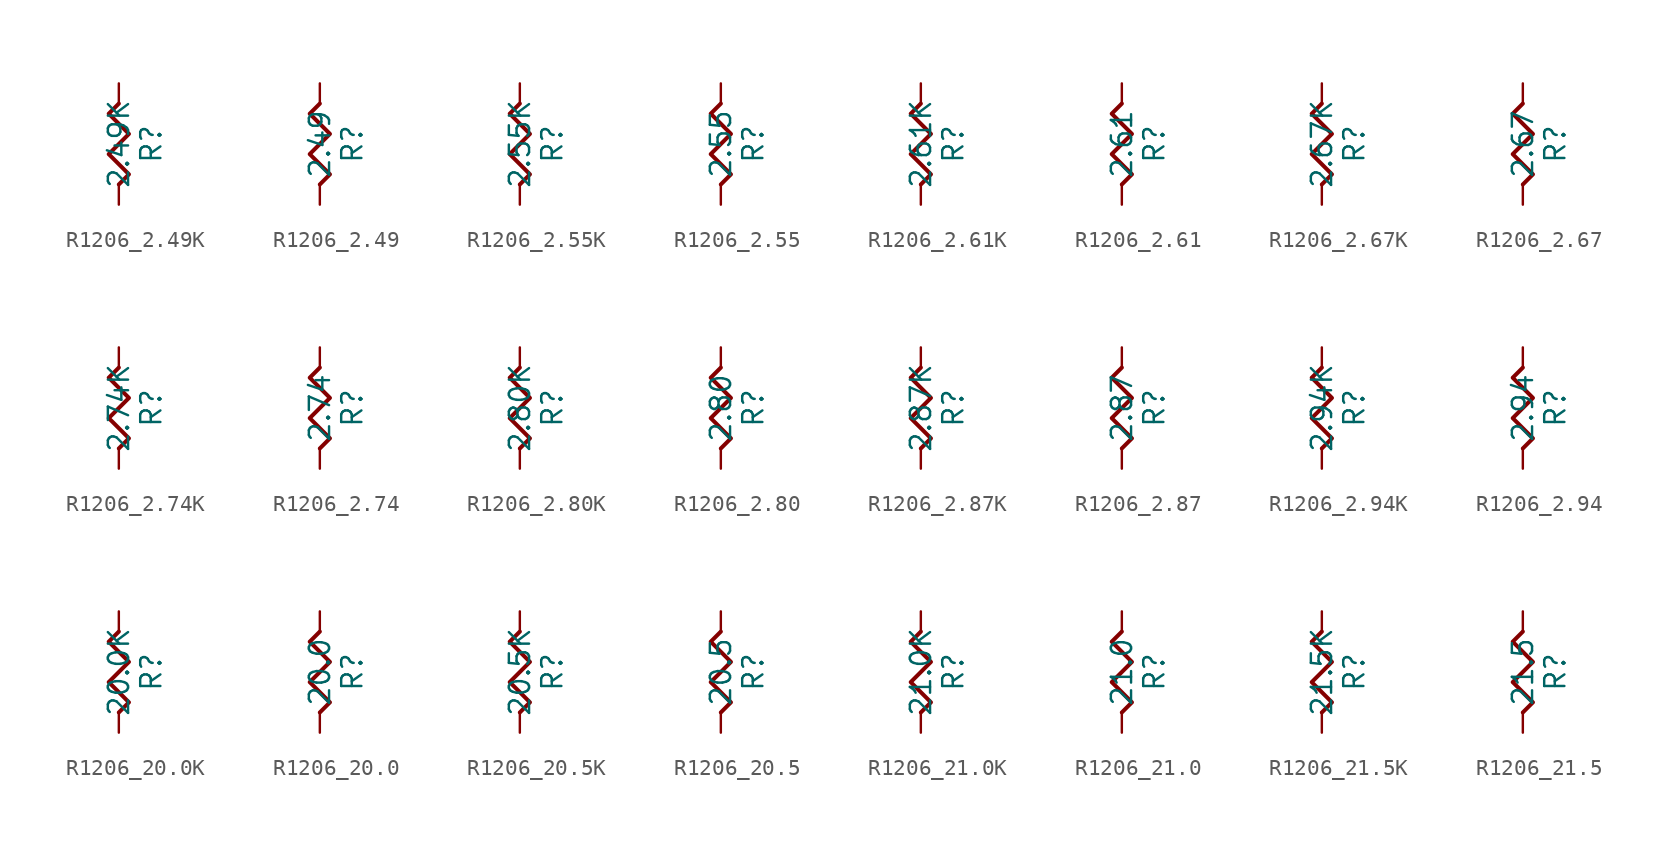
<source format=kicad_sym>
(kicad_symbol_lib
  (version 20211014)
  (generator atlantix-eda)
  (symbol "R1206_2.49K"
    (pin_numbers hide)
    (pin_names
      (offset 0))
    (property "Reference" "R"
      (at 2.032 0 90)
      (effects (font (size 1.27 1.27))))
    (property "Value" "2.49K"
      (at 0 0 90)
      (effects (font (size 1.27 1.27))))
    (symbol "R1206_2.49K_0_1"
      (polyline (pts (xy 0 -2.54) (xy 0.635 -1.905) (xy -0.635 -0.635) (xy 0.635 0.635) (xy -0.635 1.905) (xy 0 2.54)) (stroke (width 0.254) (type default) (color 0 0 0 0)) (fill (type none))))
    (symbol "R1206_2.49K_1_1"
      (pin passive line (at 0 3.81 270) (length 1.27) (name "~" (effects (font (size 1.27 1.27)))) (number "1" (effects (font (size 1.27 1.27)))))
      (pin passive line (at 0 -3.81 90) (length 1.27) (name "~" (effects (font (size 1.27 1.27)))) (number "2" (effects (font (size 1.27 1.27)))))))
  (symbol "R1206_2.49"
    (pin_numbers hide)
    (pin_names
      (offset 0))
    (property "Reference" "R"
      (at 2.032 0 90)
      (effects (font (size 1.27 1.27))))
    (property "Value" "2.49"
      (at 0 0 90)
      (effects (font (size 1.27 1.27))))
    (symbol "R1206_2.49_0_1"
      (polyline (pts (xy 0 -2.54) (xy 0.635 -1.905) (xy -0.635 -0.635) (xy 0.635 0.635) (xy -0.635 1.905) (xy 0 2.54)) (stroke (width 0.254) (type default) (color 0 0 0 0)) (fill (type none))))
    (symbol "R1206_2.49_1_1"
      (pin passive line (at 0 3.81 270) (length 1.27) (name "~" (effects (font (size 1.27 1.27)))) (number "1" (effects (font (size 1.27 1.27)))))
      (pin passive line (at 0 -3.81 90) (length 1.27) (name "~" (effects (font (size 1.27 1.27)))) (number "2" (effects (font (size 1.27 1.27)))))))
  (symbol "R1206_2.55K"
    (pin_numbers hide)
    (pin_names
      (offset 0))
    (property "Reference" "R"
      (at 2.032 0 90)
      (effects (font (size 1.27 1.27))))
    (property "Value" "2.55K"
      (at 0 0 90)
      (effects (font (size 1.27 1.27))))
    (symbol "R1206_2.55K_0_1"
      (polyline (pts (xy 0 -2.54) (xy 0.635 -1.905) (xy -0.635 -0.635) (xy 0.635 0.635) (xy -0.635 1.905) (xy 0 2.54)) (stroke (width 0.254) (type default) (color 0 0 0 0)) (fill (type none))))
    (symbol "R1206_2.55K_1_1"
      (pin passive line (at 0 3.81 270) (length 1.27) (name "~" (effects (font (size 1.27 1.27)))) (number "1" (effects (font (size 1.27 1.27)))))
      (pin passive line (at 0 -3.81 90) (length 1.27) (name "~" (effects (font (size 1.27 1.27)))) (number "2" (effects (font (size 1.27 1.27)))))))
  (symbol "R1206_2.55"
    (pin_numbers hide)
    (pin_names
      (offset 0))
    (property "Reference" "R"
      (at 2.032 0 90)
      (effects (font (size 1.27 1.27))))
    (property "Value" "2.55"
      (at 0 0 90)
      (effects (font (size 1.27 1.27))))
    (symbol "R1206_2.55_0_1"
      (polyline (pts (xy 0 -2.54) (xy 0.635 -1.905) (xy -0.635 -0.635) (xy 0.635 0.635) (xy -0.635 1.905) (xy 0 2.54)) (stroke (width 0.254) (type default) (color 0 0 0 0)) (fill (type none))))
    (symbol "R1206_2.55_1_1"
      (pin passive line (at 0 3.81 270) (length 1.27) (name "~" (effects (font (size 1.27 1.27)))) (number "1" (effects (font (size 1.27 1.27)))))
      (pin passive line (at 0 -3.81 90) (length 1.27) (name "~" (effects (font (size 1.27 1.27)))) (number "2" (effects (font (size 1.27 1.27)))))))
  (symbol "R1206_2.61K"
    (pin_numbers hide)
    (pin_names
      (offset 0))
    (property "Reference" "R"
      (at 2.032 0 90)
      (effects (font (size 1.27 1.27))))
    (property "Value" "2.61K"
      (at 0 0 90)
      (effects (font (size 1.27 1.27))))
    (symbol "R1206_2.61K_0_1"
      (polyline (pts (xy 0 -2.54) (xy 0.635 -1.905) (xy -0.635 -0.635) (xy 0.635 0.635) (xy -0.635 1.905) (xy 0 2.54)) (stroke (width 0.254) (type default) (color 0 0 0 0)) (fill (type none))))
    (symbol "R1206_2.61K_1_1"
      (pin passive line (at 0 3.81 270) (length 1.27) (name "~" (effects (font (size 1.27 1.27)))) (number "1" (effects (font (size 1.27 1.27)))))
      (pin passive line (at 0 -3.81 90) (length 1.27) (name "~" (effects (font (size 1.27 1.27)))) (number "2" (effects (font (size 1.27 1.27)))))))
  (symbol "R1206_2.61"
    (pin_numbers hide)
    (pin_names
      (offset 0))
    (property "Reference" "R"
      (at 2.032 0 90)
      (effects (font (size 1.27 1.27))))
    (property "Value" "2.61"
      (at 0 0 90)
      (effects (font (size 1.27 1.27))))
    (symbol "R1206_2.61_0_1"
      (polyline (pts (xy 0 -2.54) (xy 0.635 -1.905) (xy -0.635 -0.635) (xy 0.635 0.635) (xy -0.635 1.905) (xy 0 2.54)) (stroke (width 0.254) (type default) (color 0 0 0 0)) (fill (type none))))
    (symbol "R1206_2.61_1_1"
      (pin passive line (at 0 3.81 270) (length 1.27) (name "~" (effects (font (size 1.27 1.27)))) (number "1" (effects (font (size 1.27 1.27)))))
      (pin passive line (at 0 -3.81 90) (length 1.27) (name "~" (effects (font (size 1.27 1.27)))) (number "2" (effects (font (size 1.27 1.27)))))))
  (symbol "R1206_2.67K"
    (pin_numbers hide)
    (pin_names
      (offset 0))
    (property "Reference" "R"
      (at 2.032 0 90)
      (effects (font (size 1.27 1.27))))
    (property "Value" "2.67K"
      (at 0 0 90)
      (effects (font (size 1.27 1.27))))
    (symbol "R1206_2.67K_0_1"
      (polyline (pts (xy 0 -2.54) (xy 0.635 -1.905) (xy -0.635 -0.635) (xy 0.635 0.635) (xy -0.635 1.905) (xy 0 2.54)) (stroke (width 0.254) (type default) (color 0 0 0 0)) (fill (type none))))
    (symbol "R1206_2.67K_1_1"
      (pin passive line (at 0 3.81 270) (length 1.27) (name "~" (effects (font (size 1.27 1.27)))) (number "1" (effects (font (size 1.27 1.27)))))
      (pin passive line (at 0 -3.81 90) (length 1.27) (name "~" (effects (font (size 1.27 1.27)))) (number "2" (effects (font (size 1.27 1.27)))))))
  (symbol "R1206_2.67"
    (pin_numbers hide)
    (pin_names
      (offset 0))
    (property "Reference" "R"
      (at 2.032 0 90)
      (effects (font (size 1.27 1.27))))
    (property "Value" "2.67"
      (at 0 0 90)
      (effects (font (size 1.27 1.27))))
    (symbol "R1206_2.67_0_1"
      (polyline (pts (xy 0 -2.54) (xy 0.635 -1.905) (xy -0.635 -0.635) (xy 0.635 0.635) (xy -0.635 1.905) (xy 0 2.54)) (stroke (width 0.254) (type default) (color 0 0 0 0)) (fill (type none))))
    (symbol "R1206_2.67_1_1"
      (pin passive line (at 0 3.81 270) (length 1.27) (name "~" (effects (font (size 1.27 1.27)))) (number "1" (effects (font (size 1.27 1.27)))))
      (pin passive line (at 0 -3.81 90) (length 1.27) (name "~" (effects (font (size 1.27 1.27)))) (number "2" (effects (font (size 1.27 1.27)))))))
  (symbol "R1206_2.74K"
    (pin_numbers hide)
    (pin_names
      (offset 0))
    (property "Reference" "R"
      (at 2.032 0 90)
      (effects (font (size 1.27 1.27))))
    (property "Value" "2.74K"
      (at 0 0 90)
      (effects (font (size 1.27 1.27))))
    (symbol "R1206_2.74K_0_1"
      (polyline (pts (xy 0 -2.54) (xy 0.635 -1.905) (xy -0.635 -0.635) (xy 0.635 0.635) (xy -0.635 1.905) (xy 0 2.54)) (stroke (width 0.254) (type default) (color 0 0 0 0)) (fill (type none))))
    (symbol "R1206_2.74K_1_1"
      (pin passive line (at 0 3.81 270) (length 1.27) (name "~" (effects (font (size 1.27 1.27)))) (number "1" (effects (font (size 1.27 1.27)))))
      (pin passive line (at 0 -3.81 90) (length 1.27) (name "~" (effects (font (size 1.27 1.27)))) (number "2" (effects (font (size 1.27 1.27)))))))
  (symbol "R1206_2.74"
    (pin_numbers hide)
    (pin_names
      (offset 0))
    (property "Reference" "R"
      (at 2.032 0 90)
      (effects (font (size 1.27 1.27))))
    (property "Value" "2.74"
      (at 0 0 90)
      (effects (font (size 1.27 1.27))))
    (symbol "R1206_2.74_0_1"
      (polyline (pts (xy 0 -2.54) (xy 0.635 -1.905) (xy -0.635 -0.635) (xy 0.635 0.635) (xy -0.635 1.905) (xy 0 2.54)) (stroke (width 0.254) (type default) (color 0 0 0 0)) (fill (type none))))
    (symbol "R1206_2.74_1_1"
      (pin passive line (at 0 3.81 270) (length 1.27) (name "~" (effects (font (size 1.27 1.27)))) (number "1" (effects (font (size 1.27 1.27)))))
      (pin passive line (at 0 -3.81 90) (length 1.27) (name "~" (effects (font (size 1.27 1.27)))) (number "2" (effects (font (size 1.27 1.27)))))))
  (symbol "R1206_2.80K"
    (pin_numbers hide)
    (pin_names
      (offset 0))
    (property "Reference" "R"
      (at 2.032 0 90)
      (effects (font (size 1.27 1.27))))
    (property "Value" "2.80K"
      (at 0 0 90)
      (effects (font (size 1.27 1.27))))
    (symbol "R1206_2.80K_0_1"
      (polyline (pts (xy 0 -2.54) (xy 0.635 -1.905) (xy -0.635 -0.635) (xy 0.635 0.635) (xy -0.635 1.905) (xy 0 2.54)) (stroke (width 0.254) (type default) (color 0 0 0 0)) (fill (type none))))
    (symbol "R1206_2.80K_1_1"
      (pin passive line (at 0 3.81 270) (length 1.27) (name "~" (effects (font (size 1.27 1.27)))) (number "1" (effects (font (size 1.27 1.27)))))
      (pin passive line (at 0 -3.81 90) (length 1.27) (name "~" (effects (font (size 1.27 1.27)))) (number "2" (effects (font (size 1.27 1.27)))))))
  (symbol "R1206_2.80"
    (pin_numbers hide)
    (pin_names
      (offset 0))
    (property "Reference" "R"
      (at 2.032 0 90)
      (effects (font (size 1.27 1.27))))
    (property "Value" "2.80"
      (at 0 0 90)
      (effects (font (size 1.27 1.27))))
    (symbol "R1206_2.80_0_1"
      (polyline (pts (xy 0 -2.54) (xy 0.635 -1.905) (xy -0.635 -0.635) (xy 0.635 0.635) (xy -0.635 1.905) (xy 0 2.54)) (stroke (width 0.254) (type default) (color 0 0 0 0)) (fill (type none))))
    (symbol "R1206_2.80_1_1"
      (pin passive line (at 0 3.81 270) (length 1.27) (name "~" (effects (font (size 1.27 1.27)))) (number "1" (effects (font (size 1.27 1.27)))))
      (pin passive line (at 0 -3.81 90) (length 1.27) (name "~" (effects (font (size 1.27 1.27)))) (number "2" (effects (font (size 1.27 1.27)))))))
  (symbol "R1206_2.87K"
    (pin_numbers hide)
    (pin_names
      (offset 0))
    (property "Reference" "R"
      (at 2.032 0 90)
      (effects (font (size 1.27 1.27))))
    (property "Value" "2.87K"
      (at 0 0 90)
      (effects (font (size 1.27 1.27))))
    (symbol "R1206_2.87K_0_1"
      (polyline (pts (xy 0 -2.54) (xy 0.635 -1.905) (xy -0.635 -0.635) (xy 0.635 0.635) (xy -0.635 1.905) (xy 0 2.54)) (stroke (width 0.254) (type default) (color 0 0 0 0)) (fill (type none))))
    (symbol "R1206_2.87K_1_1"
      (pin passive line (at 0 3.81 270) (length 1.27) (name "~" (effects (font (size 1.27 1.27)))) (number "1" (effects (font (size 1.27 1.27)))))
      (pin passive line (at 0 -3.81 90) (length 1.27) (name "~" (effects (font (size 1.27 1.27)))) (number "2" (effects (font (size 1.27 1.27)))))))
  (symbol "R1206_2.87"
    (pin_numbers hide)
    (pin_names
      (offset 0))
    (property "Reference" "R"
      (at 2.032 0 90)
      (effects (font (size 1.27 1.27))))
    (property "Value" "2.87"
      (at 0 0 90)
      (effects (font (size 1.27 1.27))))
    (symbol "R1206_2.87_0_1"
      (polyline (pts (xy 0 -2.54) (xy 0.635 -1.905) (xy -0.635 -0.635) (xy 0.635 0.635) (xy -0.635 1.905) (xy 0 2.54)) (stroke (width 0.254) (type default) (color 0 0 0 0)) (fill (type none))))
    (symbol "R1206_2.87_1_1"
      (pin passive line (at 0 3.81 270) (length 1.27) (name "~" (effects (font (size 1.27 1.27)))) (number "1" (effects (font (size 1.27 1.27)))))
      (pin passive line (at 0 -3.81 90) (length 1.27) (name "~" (effects (font (size 1.27 1.27)))) (number "2" (effects (font (size 1.27 1.27)))))))
  (symbol "R1206_2.94K"
    (pin_numbers hide)
    (pin_names
      (offset 0))
    (property "Reference" "R"
      (at 2.032 0 90)
      (effects (font (size 1.27 1.27))))
    (property "Value" "2.94K"
      (at 0 0 90)
      (effects (font (size 1.27 1.27))))
    (symbol "R1206_2.94K_0_1"
      (polyline (pts (xy 0 -2.54) (xy 0.635 -1.905) (xy -0.635 -0.635) (xy 0.635 0.635) (xy -0.635 1.905) (xy 0 2.54)) (stroke (width 0.254) (type default) (color 0 0 0 0)) (fill (type none))))
    (symbol "R1206_2.94K_1_1"
      (pin passive line (at 0 3.81 270) (length 1.27) (name "~" (effects (font (size 1.27 1.27)))) (number "1" (effects (font (size 1.27 1.27)))))
      (pin passive line (at 0 -3.81 90) (length 1.27) (name "~" (effects (font (size 1.27 1.27)))) (number "2" (effects (font (size 1.27 1.27)))))))
  (symbol "R1206_2.94"
    (pin_numbers hide)
    (pin_names
      (offset 0))
    (property "Reference" "R"
      (at 2.032 0 90)
      (effects (font (size 1.27 1.27))))
    (property "Value" "2.94"
      (at 0 0 90)
      (effects (font (size 1.27 1.27))))
    (symbol "R1206_2.94_0_1"
      (polyline (pts (xy 0 -2.54) (xy 0.635 -1.905) (xy -0.635 -0.635) (xy 0.635 0.635) (xy -0.635 1.905) (xy 0 2.54)) (stroke (width 0.254) (type default) (color 0 0 0 0)) (fill (type none))))
    (symbol "R1206_2.94_1_1"
      (pin passive line (at 0 3.81 270) (length 1.27) (name "~" (effects (font (size 1.27 1.27)))) (number "1" (effects (font (size 1.27 1.27)))))
      (pin passive line (at 0 -3.81 90) (length 1.27) (name "~" (effects (font (size 1.27 1.27)))) (number "2" (effects (font (size 1.27 1.27)))))))
  (symbol "R1206_20.0K"
    (pin_numbers hide)
    (pin_names
      (offset 0))
    (property "Reference" "R"
      (at 2.032 0 90)
      (effects (font (size 1.27 1.27))))
    (property "Value" "20.0K"
      (at 0 0 90)
      (effects (font (size 1.27 1.27))))
    (symbol "R1206_20.0K_0_1"
      (polyline (pts (xy 0 -2.54) (xy 0.635 -1.905) (xy -0.635 -0.635) (xy 0.635 0.635) (xy -0.635 1.905) (xy 0 2.54)) (stroke (width 0.254) (type default) (color 0 0 0 0)) (fill (type none))))
    (symbol "R1206_20.0K_1_1"
      (pin passive line (at 0 3.81 270) (length 1.27) (name "~" (effects (font (size 1.27 1.27)))) (number "1" (effects (font (size 1.27 1.27)))))
      (pin passive line (at 0 -3.81 90) (length 1.27) (name "~" (effects (font (size 1.27 1.27)))) (number "2" (effects (font (size 1.27 1.27)))))))
  (symbol "R1206_20.0"
    (pin_numbers hide)
    (pin_names
      (offset 0))
    (property "Reference" "R"
      (at 2.032 0 90)
      (effects (font (size 1.27 1.27))))
    (property "Value" "20.0"
      (at 0 0 90)
      (effects (font (size 1.27 1.27))))
    (symbol "R1206_20.0_0_1"
      (polyline (pts (xy 0 -2.54) (xy 0.635 -1.905) (xy -0.635 -0.635) (xy 0.635 0.635) (xy -0.635 1.905) (xy 0 2.54)) (stroke (width 0.254) (type default) (color 0 0 0 0)) (fill (type none))))
    (symbol "R1206_20.0_1_1"
      (pin passive line (at 0 3.81 270) (length 1.27) (name "~" (effects (font (size 1.27 1.27)))) (number "1" (effects (font (size 1.27 1.27)))))
      (pin passive line (at 0 -3.81 90) (length 1.27) (name "~" (effects (font (size 1.27 1.27)))) (number "2" (effects (font (size 1.27 1.27)))))))
  (symbol "R1206_20.5K"
    (pin_numbers hide)
    (pin_names
      (offset 0))
    (property "Reference" "R"
      (at 2.032 0 90)
      (effects (font (size 1.27 1.27))))
    (property "Value" "20.5K"
      (at 0 0 90)
      (effects (font (size 1.27 1.27))))
    (symbol "R1206_20.5K_0_1"
      (polyline (pts (xy 0 -2.54) (xy 0.635 -1.905) (xy -0.635 -0.635) (xy 0.635 0.635) (xy -0.635 1.905) (xy 0 2.54)) (stroke (width 0.254) (type default) (color 0 0 0 0)) (fill (type none))))
    (symbol "R1206_20.5K_1_1"
      (pin passive line (at 0 3.81 270) (length 1.27) (name "~" (effects (font (size 1.27 1.27)))) (number "1" (effects (font (size 1.27 1.27)))))
      (pin passive line (at 0 -3.81 90) (length 1.27) (name "~" (effects (font (size 1.27 1.27)))) (number "2" (effects (font (size 1.27 1.27)))))))
  (symbol "R1206_20.5"
    (pin_numbers hide)
    (pin_names
      (offset 0))
    (property "Reference" "R"
      (at 2.032 0 90)
      (effects (font (size 1.27 1.27))))
    (property "Value" "20.5"
      (at 0 0 90)
      (effects (font (size 1.27 1.27))))
    (symbol "R1206_20.5_0_1"
      (polyline (pts (xy 0 -2.54) (xy 0.635 -1.905) (xy -0.635 -0.635) (xy 0.635 0.635) (xy -0.635 1.905) (xy 0 2.54)) (stroke (width 0.254) (type default) (color 0 0 0 0)) (fill (type none))))
    (symbol "R1206_20.5_1_1"
      (pin passive line (at 0 3.81 270) (length 1.27) (name "~" (effects (font (size 1.27 1.27)))) (number "1" (effects (font (size 1.27 1.27)))))
      (pin passive line (at 0 -3.81 90) (length 1.27) (name "~" (effects (font (size 1.27 1.27)))) (number "2" (effects (font (size 1.27 1.27)))))))
  (symbol "R1206_21.0K"
    (pin_numbers hide)
    (pin_names
      (offset 0))
    (property "Reference" "R"
      (at 2.032 0 90)
      (effects (font (size 1.27 1.27))))
    (property "Value" "21.0K"
      (at 0 0 90)
      (effects (font (size 1.27 1.27))))
    (symbol "R1206_21.0K_0_1"
      (polyline (pts (xy 0 -2.54) (xy 0.635 -1.905) (xy -0.635 -0.635) (xy 0.635 0.635) (xy -0.635 1.905) (xy 0 2.54)) (stroke (width 0.254) (type default) (color 0 0 0 0)) (fill (type none))))
    (symbol "R1206_21.0K_1_1"
      (pin passive line (at 0 3.81 270) (length 1.27) (name "~" (effects (font (size 1.27 1.27)))) (number "1" (effects (font (size 1.27 1.27)))))
      (pin passive line (at 0 -3.81 90) (length 1.27) (name "~" (effects (font (size 1.27 1.27)))) (number "2" (effects (font (size 1.27 1.27)))))))
  (symbol "R1206_21.0"
    (pin_numbers hide)
    (pin_names
      (offset 0))
    (property "Reference" "R"
      (at 2.032 0 90)
      (effects (font (size 1.27 1.27))))
    (property "Value" "21.0"
      (at 0 0 90)
      (effects (font (size 1.27 1.27))))
    (symbol "R1206_21.0_0_1"
      (polyline (pts (xy 0 -2.54) (xy 0.635 -1.905) (xy -0.635 -0.635) (xy 0.635 0.635) (xy -0.635 1.905) (xy 0 2.54)) (stroke (width 0.254) (type default) (color 0 0 0 0)) (fill (type none))))
    (symbol "R1206_21.0_1_1"
      (pin passive line (at 0 3.81 270) (length 1.27) (name "~" (effects (font (size 1.27 1.27)))) (number "1" (effects (font (size 1.27 1.27)))))
      (pin passive line (at 0 -3.81 90) (length 1.27) (name "~" (effects (font (size 1.27 1.27)))) (number "2" (effects (font (size 1.27 1.27)))))))
  (symbol "R1206_21.5K"
    (pin_numbers hide)
    (pin_names
      (offset 0))
    (property "Reference" "R"
      (at 2.032 0 90)
      (effects (font (size 1.27 1.27))))
    (property "Value" "21.5K"
      (at 0 0 90)
      (effects (font (size 1.27 1.27))))
    (symbol "R1206_21.5K_0_1"
      (polyline (pts (xy 0 -2.54) (xy 0.635 -1.905) (xy -0.635 -0.635) (xy 0.635 0.635) (xy -0.635 1.905) (xy 0 2.54)) (stroke (width 0.254) (type default) (color 0 0 0 0)) (fill (type none))))
    (symbol "R1206_21.5K_1_1"
      (pin passive line (at 0 3.81 270) (length 1.27) (name "~" (effects (font (size 1.27 1.27)))) (number "1" (effects (font (size 1.27 1.27)))))
      (pin passive line (at 0 -3.81 90) (length 1.27) (name "~" (effects (font (size 1.27 1.27)))) (number "2" (effects (font (size 1.27 1.27)))))))
  (symbol "R1206_21.5"
    (pin_numbers hide)
    (pin_names
      (offset 0))
    (property "Reference" "R"
      (at 2.032 0 90)
      (effects (font (size 1.27 1.27))))
    (property "Value" "21.5"
      (at 0 0 90)
      (effects (font (size 1.27 1.27))))
    (symbol "R1206_21.5_0_1"
      (polyline (pts (xy 0 -2.54) (xy 0.635 -1.905) (xy -0.635 -0.635) (xy 0.635 0.635) (xy -0.635 1.905) (xy 0 2.54)) (stroke (width 0.254) (type default) (color 0 0 0 0)) (fill (type none))))
    (symbol "R1206_21.5_1_1"
      (pin passive line (at 0 3.81 270) (length 1.27) (name "~" (effects (font (size 1.27 1.27)))) (number "1" (effects (font (size 1.27 1.27)))))
      (pin passive line (at 0 -3.81 90) (length 1.27) (name "~" (effects (font (size 1.27 1.27)))) (number "2" (effects (font (size 1.27 1.27))))))))
</source>
